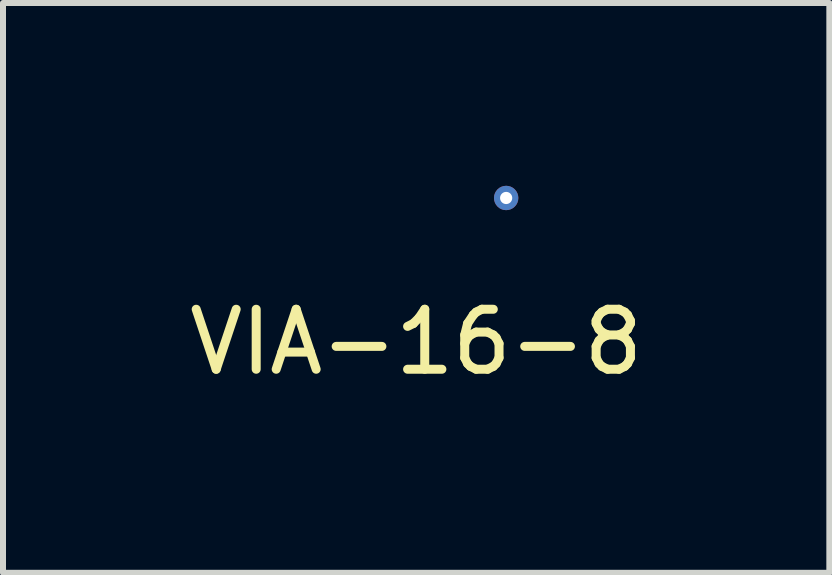
<source format=kicad_pcb>
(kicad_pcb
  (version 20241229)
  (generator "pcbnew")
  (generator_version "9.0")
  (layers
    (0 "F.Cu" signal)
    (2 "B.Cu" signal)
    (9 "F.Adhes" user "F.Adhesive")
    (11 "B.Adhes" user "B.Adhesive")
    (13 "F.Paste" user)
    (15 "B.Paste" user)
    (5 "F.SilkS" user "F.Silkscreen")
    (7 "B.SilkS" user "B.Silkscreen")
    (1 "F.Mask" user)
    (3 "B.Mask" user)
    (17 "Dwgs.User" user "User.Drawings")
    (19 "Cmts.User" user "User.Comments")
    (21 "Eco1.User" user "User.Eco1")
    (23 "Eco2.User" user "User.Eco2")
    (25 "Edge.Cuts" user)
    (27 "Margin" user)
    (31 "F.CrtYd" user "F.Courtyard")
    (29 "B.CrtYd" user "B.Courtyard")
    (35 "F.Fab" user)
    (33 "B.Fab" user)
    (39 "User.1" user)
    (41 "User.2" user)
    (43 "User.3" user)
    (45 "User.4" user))
  (footprint "VIA-16-8"
    (layer "F.Cu")
    (at 5.387 0.25)
    (property "Reference" "VIA-16-8" (at -1.5 2.4 0) (layer "F.SilkS") (effects (font (size 1 1) (thickness 0.15))))
    (attr through_hole)
    (pad "1" thru_hole circle (at 0 0) (size 0.406 0.406) (drill 0.203) (layers "*.Cu" "*.Mask")))
  (gr_rect
    (start -3 -3)
    (end 10.774 6.498)
    (stroke (width 0.1) (type default))
    (fill no)
    (layer "Edge.Cuts")))
</source>
